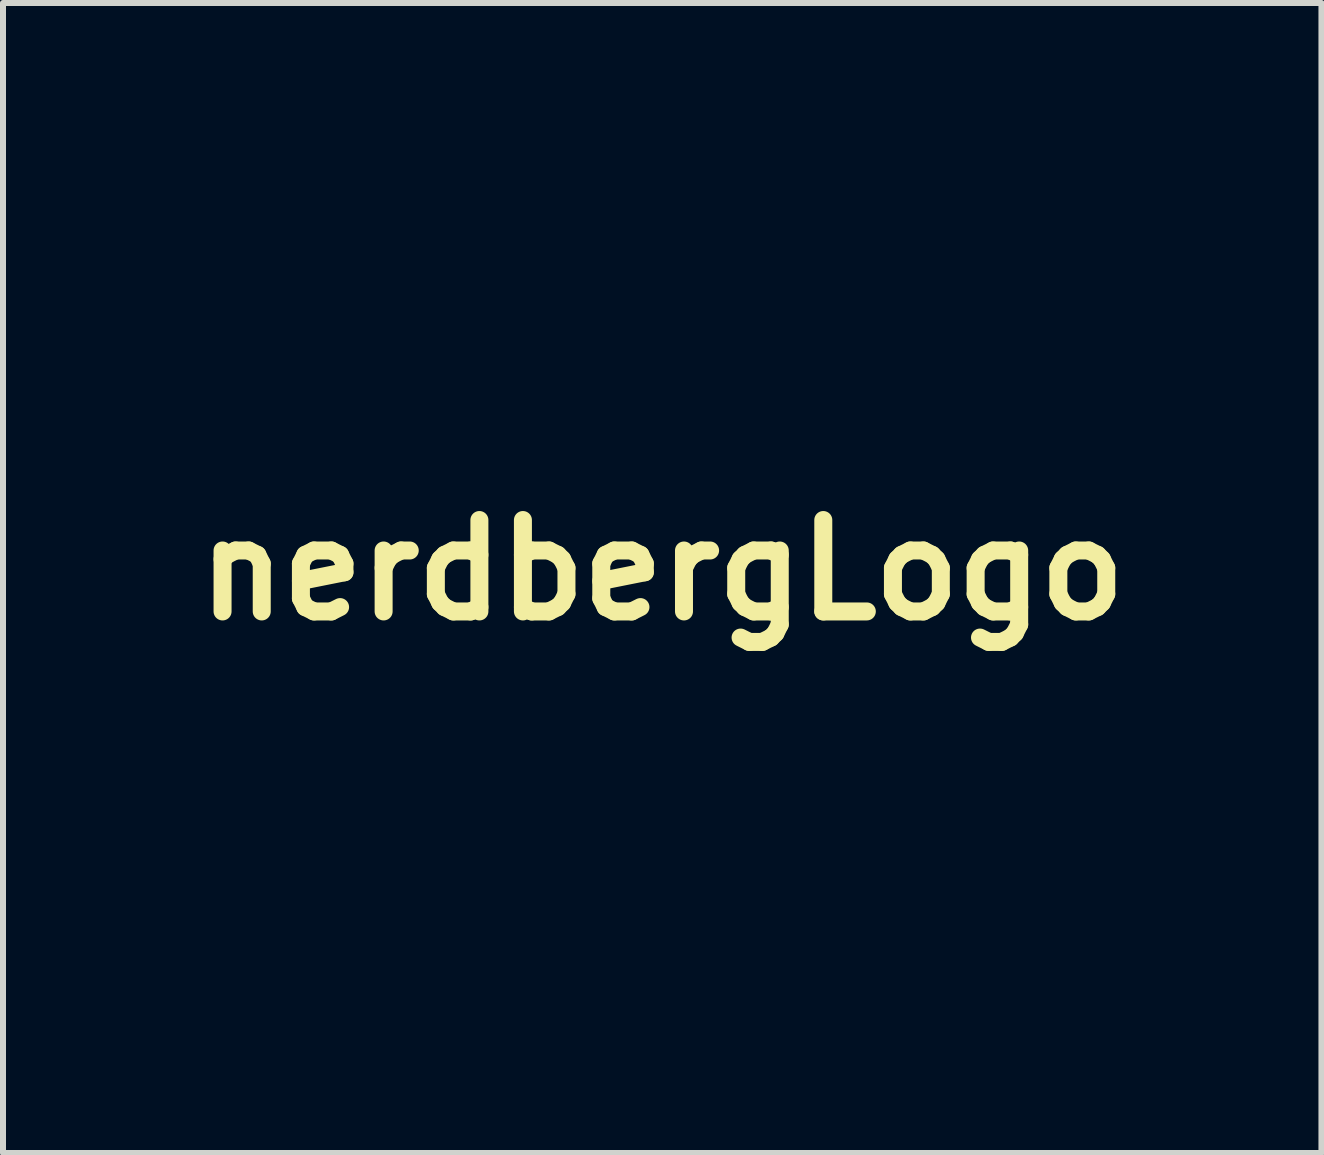
<source format=kicad_pcb>
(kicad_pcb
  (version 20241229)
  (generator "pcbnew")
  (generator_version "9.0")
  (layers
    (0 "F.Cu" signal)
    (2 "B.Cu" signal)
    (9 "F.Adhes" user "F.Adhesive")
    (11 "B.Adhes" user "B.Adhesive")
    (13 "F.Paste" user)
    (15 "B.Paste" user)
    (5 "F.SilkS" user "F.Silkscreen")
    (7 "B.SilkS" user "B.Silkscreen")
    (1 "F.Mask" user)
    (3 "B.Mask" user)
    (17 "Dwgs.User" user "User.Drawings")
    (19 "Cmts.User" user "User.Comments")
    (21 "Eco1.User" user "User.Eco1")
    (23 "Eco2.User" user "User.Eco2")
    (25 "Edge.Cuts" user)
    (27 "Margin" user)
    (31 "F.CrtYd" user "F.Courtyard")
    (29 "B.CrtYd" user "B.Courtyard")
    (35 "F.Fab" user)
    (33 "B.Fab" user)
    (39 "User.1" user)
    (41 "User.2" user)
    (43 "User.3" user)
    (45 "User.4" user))
  (footprint "nerdbergLogo"
    (layer "F.Cu")
    (at 7.99 6.454)
    (property "Reference" "nerdbergLogo" (at 0 0 0) (layer "F.SilkS") (effects (font (size 1.524 1.524) (thickness 0.3))))
    (attr through_hole)
    (fp_poly (pts (xy 0.778 -6.427) (xy 1.182 -6.38) (xy 1.219 -6.375) (xy 1.616 -6.301) (xy 2.007 -6.203) (xy 2.39 -6.081) (xy 2.765 -5.937) (xy 3.13 -5.769) (xy 3.485 -5.581) (xy 3.827 -5.371) (xy 4.156 -5.14) (xy 4.47 -4.889) (xy 4.769 -4.62) (xy 4.918 -4.471) (xy 5.198 -4.166) (xy 5.457 -3.848) (xy 5.693 -3.517) (xy 5.908 -3.174) (xy 6.1 -2.819) (xy 6.269 -2.452) (xy 6.416 -2.075) (xy 6.54 -1.687) (xy 6.641 -1.289) (xy 6.718 -0.881) (xy 6.765 -0.533) (xy 6.774 -0.434) (xy 6.781 -0.314) (xy 6.785 -0.179) (xy 6.788 -0.033) (xy 6.79 0.118) (xy 6.789 0.27) (xy 6.786 0.417) (xy 6.782 0.554) (xy 6.775 0.678) (xy 6.767 0.782) (xy 6.765 0.8) (xy 6.708 1.214) (xy 6.627 1.616) (xy 6.524 2.009) (xy 6.398 2.391) (xy 6.248 2.765) (xy 6.109 3.063) (xy 6.073 3.133) (xy 6.039 3.2) (xy 6.009 3.259) (xy 5.985 3.304) (xy 5.973 3.325) (xy 5.82 3.584) (xy 5.667 3.822) (xy 5.511 4.045) (xy 5.346 4.258) (xy 5.171 4.464) (xy 4.981 4.67) (xy 4.865 4.788) (xy 4.598 5.042) (xy 4.328 5.274) (xy 4.051 5.486) (xy 3.762 5.681) (xy 3.458 5.862) (xy 3.135 6.032) (xy 3.08 6.059) (xy 2.746 6.21) (xy 2.411 6.341) (xy 2.072 6.451) (xy 1.725 6.543) (xy 1.366 6.616) (xy 0.992 6.672) (xy 0.864 6.687) (xy 0.787 6.693) (xy 0.69 6.699) (xy 0.577 6.704) (xy 0.454 6.708) (xy 0.326 6.711) (xy 0.198 6.713) (xy 0.074 6.713) (xy -0.04 6.712) (xy -0.139 6.71) (xy -0.218 6.706) (xy -0.222 6.705) (xy -0.634 6.663) (xy -1.04 6.596) (xy -1.439 6.505) (xy -1.829 6.39) (xy -2.21 6.252) (xy -2.582 6.092) (xy -2.944 5.909) (xy -3.293 5.703) (xy -3.631 5.476) (xy -3.956 5.227) (xy -4.064 5.137) (xy -4.141 5.068) (xy -4.231 4.985) (xy -4.328 4.892) (xy -4.429 4.792) (xy -4.529 4.69) (xy -4.624 4.591) (xy -4.711 4.498) (xy -4.784 4.415) (xy -4.812 4.382) (xy -5.069 4.056) (xy -5.302 3.721) (xy -5.512 3.378) (xy -5.699 3.024) (xy -5.863 2.661) (xy -6.004 2.286) (xy -6.123 1.9) (xy -6.22 1.502) (xy -6.295 1.091) (xy -6.333 0.806) (xy -6.341 0.721) (xy -6.347 0.616) (xy -6.352 0.493) (xy -6.355 0.36) (xy -6.357 0.218) (xy -6.357 0.146) (xy -6.127 0.146) (xy -6.125 0.352) (xy -6.118 0.54) (xy -6.107 0.715) (xy -6.091 0.884) (xy -6.068 1.052) (xy -6.039 1.228) (xy -6.006 1.396) (xy -5.915 1.782) (xy -5.8 2.162) (xy -5.661 2.535) (xy -5.499 2.898) (xy -5.315 3.251) (xy -5.11 3.591) (xy -4.887 3.913) (xy -4.691 4.163) (xy -4.473 4.411) (xy -4.241 4.653) (xy -3.997 4.882) (xy -3.748 5.094) (xy -3.592 5.216) (xy -3.289 5.429) (xy -2.968 5.627) (xy -2.633 5.807) (xy -2.289 5.968) (xy -1.938 6.108) (xy -1.771 6.166) (xy -1.405 6.275) (xy -1.03 6.362) (xy -0.65 6.426) (xy -0.267 6.467) (xy 0.114 6.485) (xy 0.491 6.479) (xy 0.533 6.477) (xy 0.942 6.442) (xy 1.343 6.383) (xy 1.735 6.3) (xy 2.12 6.193) (xy 2.495 6.062) (xy 2.862 5.907) (xy 3.22 5.729) (xy 3.568 5.527) (xy 3.632 5.487) (xy 3.961 5.262) (xy 4.274 5.018) (xy 4.571 4.755) (xy 4.85 4.474) (xy 5.112 4.176) (xy 5.355 3.862) (xy 5.578 3.532) (xy 5.781 3.188) (xy 5.963 2.831) (xy 5.973 2.81) (xy 6.129 2.446) (xy 6.261 2.075) (xy 6.369 1.698) (xy 6.453 1.316) (xy 6.514 0.93) (xy 6.551 0.542) (xy 6.564 0.153) (xy 6.553 -0.236) (xy 6.518 -0.624) (xy 6.46 -1.01) (xy 6.379 -1.391) (xy 6.273 -1.768) (xy 6.145 -2.139) (xy 5.992 -2.502) (xy 5.817 -2.857) (xy 5.808 -2.874) (xy 5.654 -3.145) (xy 5.494 -3.399) (xy 5.325 -3.64) (xy 5.142 -3.873) (xy 4.942 -4.102) (xy 4.722 -4.334) (xy 4.687 -4.369) (xy 4.494 -4.555) (xy 4.307 -4.723) (xy 4.119 -4.877) (xy 3.925 -5.023) (xy 3.718 -5.164) (xy 3.632 -5.22) (xy 3.287 -5.425) (xy 2.932 -5.607) (xy 2.568 -5.766) (xy 2.196 -5.901) (xy 1.818 -6.013) (xy 1.434 -6.1) (xy 1.045 -6.164) (xy 0.652 -6.203) (xy 0.257 -6.218) (xy -0.139 -6.208) (xy -0.536 -6.173) (xy -0.933 -6.113) (xy -1.057 -6.089) (xy -1.434 -6) (xy -1.807 -5.886) (xy -2.175 -5.749) (xy -2.535 -5.589) (xy -2.884 -5.408) (xy -3.222 -5.206) (xy -3.312 -5.147) (xy -3.605 -4.938) (xy -3.891 -4.708) (xy -4.167 -4.458) (xy -4.429 -4.194) (xy -4.675 -3.916) (xy -4.884 -3.651) (xy -5.107 -3.331) (xy -5.31 -2.995) (xy -5.492 -2.647) (xy -5.653 -2.287) (xy -5.792 -1.918) (xy -5.908 -1.541) (xy -6 -1.158) (xy -6.069 -0.771) (xy -6.069 -0.768) (xy -6.086 -0.646) (xy -6.099 -0.534) (xy -6.11 -0.429) (xy -6.117 -0.325) (xy -6.122 -0.215) (xy -6.125 -0.096) (xy -6.127 0.04) (xy -6.127 0.146) (xy -6.357 0.146) (xy -6.357 0.075) (xy -6.356 -0.067) (xy -6.353 -0.203) (xy -6.348 -0.328) (xy -6.342 -0.437) (xy -6.335 -0.526) (xy -6.333 -0.54) (xy -6.273 -0.959) (xy -6.191 -1.366) (xy -6.087 -1.76) (xy -5.961 -2.142) (xy -5.812 -2.513) (xy -5.641 -2.873) (xy -5.447 -3.223) (xy -5.23 -3.563) (xy -4.989 -3.895) (xy -4.812 -4.116) (xy -4.746 -4.192) (xy -4.665 -4.28) (xy -4.574 -4.377) (xy -4.475 -4.479) (xy -4.374 -4.58) (xy -4.275 -4.676) (xy -4.181 -4.765) (xy -4.098 -4.84) (xy -4.064 -4.87) (xy -3.746 -5.125) (xy -3.415 -5.358) (xy -3.072 -5.57) (xy -2.718 -5.759) (xy -2.354 -5.927) (xy -1.982 -6.072) (xy -1.602 -6.194) (xy -1.215 -6.292) (xy -0.823 -6.368) (xy -0.427 -6.419) (xy -0.027 -6.446) (xy 0.375 -6.449) (xy 0.778 -6.427)) (stroke (width 0.01) (type solid)) (fill no) (layer "Eco2.User"))
    (fp_poly (pts (xy 2.772 -5.596) (xy 2.802 -5.588) (xy 2.82 -5.576) (xy 2.83 -5.554) (xy 2.836 -5.515) (xy 2.838 -5.493) (xy 2.845 -5.436) (xy 2.853 -5.372) (xy 2.859 -5.334) (xy 2.864 -5.299) (xy 2.866 -5.264) (xy 2.864 -5.225) (xy 2.859 -5.177) (xy 2.849 -5.112) (xy 2.839 -5.055) (xy 2.819 -4.943) (xy 2.803 -4.854) (xy 2.788 -4.785) (xy 2.775 -4.732) (xy 2.763 -4.695) (xy 2.751 -4.669) (xy 2.743 -4.657) (xy 2.733 -4.637) (xy 2.721 -4.598) (xy 2.706 -4.54) (xy 2.689 -4.46) (xy 2.668 -4.357) (xy 2.655 -4.29) (xy 2.638 -4.198) (xy 2.622 -4.111) (xy 2.609 -4.034) (xy 2.598 -3.97) (xy 2.591 -3.923) (xy 2.588 -3.899) (xy 2.584 -3.844) (xy 2.654 -3.817) (xy 2.724 -3.789) (xy 2.724 -3.733) (xy 2.722 -3.698) (xy 2.716 -3.646) (xy 2.709 -3.582) (xy 2.699 -3.518) (xy 2.691 -3.454) (xy 2.685 -3.397) (xy 2.683 -3.352) (xy 2.684 -3.325) (xy 2.684 -3.325) (xy 2.701 -3.295) (xy 2.735 -3.263) (xy 2.746 -3.254) (xy 2.779 -3.23) (xy 2.795 -3.209) (xy 2.799 -3.182) (xy 2.799 -3.173) (xy 2.791 -3.134) (xy 2.768 -3.081) (xy 2.744 -3.037) (xy 2.691 -2.946) (xy 2.578 -2.276) (xy 2.545 -2.081) (xy 2.512 -1.889) (xy 2.48 -1.702) (xy 2.448 -1.522) (xy 2.417 -1.35) (xy 2.388 -1.188) (xy 2.361 -1.037) (xy 2.336 -0.9) (xy 2.313 -0.778) (xy 2.292 -0.672) (xy 2.275 -0.584) (xy 2.26 -0.516) (xy 2.25 -0.47) (xy 2.243 -0.447) (xy 2.242 -0.445) (xy 2.226 -0.436) (xy 2.196 -0.427) (xy 2.191 -0.426) (xy 2.162 -0.42) (xy 2.147 -0.414) (xy 2.146 -0.414) (xy 2.144 -0.401) (xy 2.138 -0.365) (xy 2.129 -0.307) (xy 2.116 -0.23) (xy 2.101 -0.136) (xy 2.083 -0.027) (xy 2.063 0.096) (xy 2.04 0.231) (xy 2.017 0.375) (xy 1.992 0.528) (xy 1.965 0.685) (xy 1.939 0.847) (xy 1.912 1.011) (xy 1.884 1.175) (xy 1.858 1.337) (xy 1.831 1.495) (xy 1.806 1.648) (xy 1.782 1.793) (xy 1.76 1.928) (xy 1.739 2.052) (xy 1.734 2.083) (xy 1.703 2.27) (xy 1.675 2.434) (xy 1.651 2.578) (xy 1.629 2.705) (xy 1.609 2.817) (xy 1.591 2.916) (xy 1.575 3.005) (xy 1.559 3.086) (xy 1.543 3.163) (xy 1.527 3.236) (xy 1.511 3.31) (xy 1.494 3.386) (xy 1.479 3.448) (xy 1.421 3.701) (xy 1.367 3.945) (xy 1.318 4.176) (xy 1.274 4.393) (xy 1.235 4.593) (xy 1.203 4.774) (xy 1.178 4.933) (xy 1.177 4.943) (xy 1.165 5.016) (xy 1.153 5.082) (xy 1.141 5.137) (xy 1.131 5.175) (xy 1.126 5.188) (xy 1.112 5.218) (xy 1.091 5.262) (xy 1.067 5.313) (xy 1.062 5.324) (xy 1.018 5.413) (xy 0.973 5.485) (xy 0.919 5.552) (xy 0.875 5.599) (xy 0.778 5.683) (xy 0.669 5.754) (xy 0.556 5.809) (xy 0.522 5.821) (xy 0.477 5.835) (xy 0.436 5.845) (xy 0.392 5.852) (xy 0.338 5.856) (xy 0.269 5.86) (xy 0.218 5.861) (xy 0.123 5.863) (xy 0.048 5.862) (xy -0.011 5.857) (xy -0.057 5.85) (xy -0.057 5.85) (xy -0.179 5.815) (xy -0.292 5.769) (xy -0.391 5.715) (xy -0.475 5.655) (xy -0.54 5.59) (xy -0.583 5.523) (xy -0.584 5.521) (xy -0.622 5.423) (xy -0.653 5.308) (xy -0.68 5.176) (xy -0.702 5.025) (xy -0.72 4.852) (xy -0.733 4.657) (xy -0.738 4.549) (xy -0.742 4.451) (xy -0.744 4.353) (xy -0.745 4.253) (xy -0.745 4.148) (xy -0.744 4.037) (xy -0.741 3.917) (xy -0.737 3.786) (xy -0.731 3.641) (xy -0.723 3.481) (xy -0.714 3.303) (xy -0.703 3.105) (xy -0.69 2.884) (xy -0.686 2.807) (xy -0.671 2.543) (xy -0.658 2.303) (xy -0.647 2.087) (xy -0.64 1.891) (xy -0.634 1.716) (xy -0.631 1.559) (xy -0.631 1.421) (xy -0.634 1.298) (xy -0.639 1.191) (xy -0.648 1.097) (xy -0.659 1.016) (xy -0.673 0.945) (xy -0.69 0.885) (xy -0.71 0.834) (xy -0.733 0.789) (xy -0.759 0.751) (xy -0.773 0.734) (xy -0.853 0.662) (xy -0.947 0.608) (xy -1.051 0.574) (xy -1.161 0.561) (xy -1.273 0.569) (xy -1.315 0.578) (xy -1.409 0.607) (xy -1.486 0.642) (xy -1.551 0.686) (xy -1.605 0.743) (xy -1.652 0.815) (xy -1.693 0.905) (xy -1.733 1.017) (xy -1.744 1.054) (xy -1.756 1.095) (xy -1.768 1.135) (xy -1.778 1.177) (xy -1.788 1.221) (xy -1.798 1.269) (xy -1.808 1.323) (xy -1.818 1.383) (xy -1.829 1.451) (xy -1.84 1.53) (xy -1.851 1.619) (xy -1.864 1.721) (xy -1.877 1.837) (xy -1.892 1.968) (xy -1.908 2.117) (xy -1.926 2.283) (xy -1.946 2.47) (xy -1.968 2.678) (xy -1.992 2.908) (xy -2.013 3.111) (xy -2.044 3.414) (xy -2.073 3.693) (xy -2.1 3.948) (xy -2.124 4.18) (xy -2.146 4.39) (xy -2.166 4.579) (xy -2.184 4.748) (xy -2.2 4.898) (xy -2.214 5.029) (xy -2.226 5.142) (xy -2.237 5.238) (xy -2.246 5.318) (xy -2.254 5.383) (xy -2.259 5.423) (xy -2.283 5.607) (xy -2.284 5.485) (xy -2.284 5.402) (xy -2.282 5.296) (xy -2.277 5.171) (xy -2.27 5.028) (xy -2.262 4.869) (xy -2.252 4.696) (xy -2.24 4.51) (xy -2.227 4.314) (xy -2.213 4.11) (xy -2.198 3.899) (xy -2.181 3.684) (xy -2.165 3.466) (xy -2.147 3.248) (xy -2.129 3.03) (xy -2.111 2.816) (xy -2.093 2.607) (xy -2.074 2.405) (xy -2.056 2.212) (xy -2.039 2.03) (xy -2.022 1.861) (xy -2.005 1.707) (xy -1.989 1.569) (xy -1.975 1.45) (xy -1.961 1.351) (xy -1.949 1.274) (xy -1.943 1.245) (xy -1.898 1.062) (xy -1.844 0.901) (xy -1.782 0.762) (xy -1.712 0.645) (xy -1.634 0.552) (xy -1.549 0.482) (xy -1.535 0.474) (xy -1.448 0.431) (xy -1.355 0.406) (xy -1.25 0.396) (xy -1.175 0.398) (xy -1.025 0.415) (xy -0.893 0.451) (xy -0.779 0.504) (xy -0.683 0.575) (xy -0.605 0.663) (xy -0.546 0.769) (xy -0.506 0.891) (xy -0.501 0.913) (xy -0.486 1.004) (xy -0.476 1.117) (xy -0.469 1.251) (xy -0.467 1.408) (xy -0.469 1.587) (xy -0.474 1.79) (xy -0.485 2.016) (xy -0.499 2.267) (xy -0.507 2.394) (xy -0.527 2.703) (xy -0.543 2.991) (xy -0.557 3.26) (xy -0.568 3.513) (xy -0.576 3.755) (xy -0.581 3.987) (xy -0.584 4.214) (xy -0.584 4.359) (xy -0.584 4.489) (xy -0.583 4.597) (xy -0.582 4.688) (xy -0.579 4.765) (xy -0.576 4.831) (xy -0.572 4.892) (xy -0.566 4.95) (xy -0.559 5.006) (xy -0.542 5.126) (xy -0.524 5.224) (xy -0.502 5.305) (xy -0.475 5.374) (xy -0.441 5.434) (xy -0.4 5.491) (xy -0.348 5.548) (xy -0.338 5.557) (xy -0.285 5.606) (xy -0.234 5.643) (xy -0.179 5.67) (xy -0.116 5.689) (xy -0.037 5.703) (xy 0.06 5.714) (xy 0.072 5.715) (xy 0.219 5.72) (xy 0.346 5.712) (xy 0.455 5.689) (xy 0.477 5.682) (xy 0.585 5.638) (xy 0.692 5.581) (xy 0.79 5.515) (xy 0.873 5.444) (xy 0.908 5.407) (xy 0.95 5.355) (xy 0.988 5.302) (xy 1.018 5.254) (xy 1.036 5.216) (xy 1.041 5.197) (xy 1.037 5.178) (xy 1.022 5.166) (xy 0.991 5.157) (xy 0.94 5.149) (xy 0.925 5.148) (xy 0.883 5.144) (xy 0.861 5.146) (xy 0.852 5.153) (xy 0.851 5.161) (xy 0.846 5.182) (xy 0.831 5.219) (xy 0.811 5.265) (xy 0.803 5.281) (xy 0.738 5.388) (xy 0.657 5.477) (xy 0.56 5.545) (xy 0.449 5.593) (xy 0.324 5.62) (xy 0.216 5.626) (xy 0.087 5.616) (xy -0.034 5.587) (xy -0.142 5.542) (xy -0.237 5.48) (xy -0.313 5.404) (xy -0.36 5.335) (xy -0.383 5.289) (xy -0.402 5.24) (xy -0.419 5.184) (xy -0.434 5.121) (xy -0.445 5.048) (xy -0.455 4.963) (xy -0.462 4.864) (xy -0.468 4.75) (xy -0.472 4.618) (xy -0.474 4.466) (xy -0.475 4.292) (xy -0.475 4.134) (xy -0.475 4.026) (xy -0.475 3.929) (xy -0.474 3.842) (xy -0.474 3.761) (xy -0.473 3.686) (xy -0.471 3.613) (xy -0.469 3.539) (xy -0.466 3.464) (xy -0.463 3.384) (xy -0.459 3.297) (xy -0.454 3.201) (xy -0.447 3.093) (xy -0.44 2.971) (xy -0.431 2.833) (xy -0.421 2.677) (xy -0.41 2.5) (xy -0.398 2.311) (xy -0.391 2.187) (xy -0.385 2.043) (xy -0.381 1.886) (xy -0.377 1.721) (xy -0.376 1.554) (xy -0.376 1.518) (xy -0.375 1.394) (xy -0.376 1.294) (xy -0.376 1.212) (xy -0.377 1.146) (xy -0.379 1.093) (xy -0.382 1.05) (xy -0.386 1.013) (xy -0.391 0.98) (xy -0.397 0.948) (xy -0.403 0.921) (xy -0.439 0.792) (xy -0.488 0.683) (xy -0.551 0.59) (xy -0.633 0.51) (xy -0.735 0.439) (xy -0.817 0.394) (xy -0.903 0.355) (xy -0.976 0.328) (xy -1.044 0.313) (xy -1.116 0.307) (xy -1.2 0.308) (xy -1.213 0.309) (xy -1.357 0.327) (xy -1.484 0.361) (xy -1.595 0.414) (xy -1.692 0.487) (xy -1.778 0.58) (xy -1.854 0.695) (xy -1.863 0.711) (xy -1.88 0.744) (xy -1.896 0.774) (xy -1.911 0.803) (xy -1.924 0.832) (xy -1.937 0.864) (xy -1.949 0.899) (xy -1.96 0.938) (xy -1.971 0.983) (xy -1.982 1.036) (xy -1.993 1.097) (xy -2.004 1.168) (xy -2.016 1.251) (xy -2.029 1.347) (xy -2.042 1.457) (xy -2.057 1.583) (xy -2.074 1.726) (xy -2.092 1.887) (xy -2.112 2.068) (xy -2.134 2.27) (xy -2.159 2.495) (xy -2.185 2.731) (xy -2.205 2.919) (xy -2.226 3.109) (xy -2.248 3.299) (xy -2.269 3.487) (xy -2.29 3.67) (xy -2.31 3.847) (xy -2.33 4.015) (xy -2.348 4.172) (xy -2.365 4.315) (xy -2.381 4.443) (xy -2.394 4.553) (xy -2.406 4.644) (xy -2.415 4.712) (xy -2.418 4.731) (xy -2.435 4.845) (xy -2.429 4.68) (xy -2.426 4.617) (xy -2.421 4.532) (xy -2.414 4.425) (xy -2.405 4.299) (xy -2.394 4.157) (xy -2.381 4) (xy -2.367 3.831) (xy -2.352 3.651) (xy -2.336 3.463) (xy -2.319 3.269) (xy -2.302 3.071) (xy -2.284 2.871) (xy -2.266 2.672) (xy -2.247 2.475) (xy -2.229 2.282) (xy -2.212 2.096) (xy -2.194 1.92) (xy -2.178 1.754) (xy -2.162 1.601) (xy -2.148 1.463) (xy -2.134 1.343) (xy -2.127 1.275) (xy -2.11 1.143) (xy -2.093 1.034) (xy -2.075 0.942) (xy -2.055 0.863) (xy -2.031 0.795) (xy -2.003 0.733) (xy -1.969 0.672) (xy -1.942 0.631) (xy -1.843 0.504) (xy -1.732 0.399) (xy -1.609 0.316) (xy -1.475 0.255) (xy -1.332 0.218) (xy -1.18 0.204) (xy -1.168 0.204) (xy -1.016 0.216) (xy -0.872 0.252) (xy -0.738 0.31) (xy -0.615 0.391) (xy -0.505 0.492) (xy -0.409 0.614) (xy -0.405 0.62) (xy -0.372 0.674) (xy -0.343 0.726) (xy -0.321 0.78) (xy -0.302 0.837) (xy -0.289 0.902) (xy -0.279 0.976) (xy -0.272 1.062) (xy -0.269 1.164) (xy -0.268 1.285) (xy -0.27 1.426) (xy -0.271 1.511) (xy -0.278 1.777) (xy -0.289 2.058) (xy -0.304 2.355) (xy -0.323 2.673) (xy -0.336 2.87) (xy -0.351 3.102) (xy -0.362 3.333) (xy -0.371 3.561) (xy -0.377 3.784) (xy -0.38 4) (xy -0.38 4.207) (xy -0.377 4.403) (xy -0.372 4.587) (xy -0.364 4.755) (xy -0.353 4.907) (xy -0.34 5.04) (xy -0.324 5.153) (xy -0.305 5.243) (xy -0.299 5.266) (xy -0.267 5.331) (xy -0.211 5.393) (xy -0.131 5.453) (xy -0.041 5.502) (xy 0.068 5.556) (xy 0.387 5.556) (xy 0.482 5.506) (xy 0.567 5.452) (xy 0.644 5.388) (xy 0.709 5.317) (xy 0.754 5.248) (xy 0.774 5.2) (xy 0.788 5.144) (xy 0.798 5.073) (xy 0.8 5.058) (xy 0.802 5.039) (xy 0.96 5.039) (xy 0.963 5.065) (xy 0.973 5.082) (xy 0.987 5.093) (xy 1.008 5.101) (xy 1.021 5.104) (xy 1.06 5.114) (xy 1.09 5.117) (xy 1.105 5.114) (xy 1.105 5.113) (xy 1.107 5.094) (xy 1.113 5.053) (xy 1.122 4.996) (xy 1.133 4.926) (xy 1.146 4.847) (xy 1.16 4.763) (xy 1.175 4.678) (xy 1.189 4.597) (xy 1.202 4.522) (xy 1.214 4.459) (xy 1.214 4.458) (xy 1.233 4.36) (xy 1.255 4.249) (xy 1.28 4.129) (xy 1.307 4.003) (xy 1.335 3.874) (xy 1.363 3.746) (xy 1.391 3.621) (xy 1.418 3.503) (xy 1.443 3.396) (xy 1.465 3.301) (xy 1.485 3.224) (xy 1.5 3.166) (xy 1.506 3.146) (xy 1.508 3.132) (xy 1.497 3.126) (xy 1.47 3.126) (xy 1.447 3.127) (xy 1.382 3.131) (xy 1.326 3.305) (xy 1.274 3.48) (xy 1.224 3.669) (xy 1.174 3.875) (xy 1.124 4.101) (xy 1.075 4.347) (xy 1.025 4.615) (xy 0.996 4.778) (xy 0.98 4.873) (xy 0.968 4.946) (xy 0.962 5) (xy 0.96 5.039) (xy 0.802 5.039) (xy 0.804 5.014) (xy 0.811 4.95) (xy 0.821 4.869) (xy 0.831 4.775) (xy 0.843 4.672) (xy 0.856 4.565) (xy 0.863 4.508) (xy 0.877 4.384) (xy 0.893 4.243) (xy 0.91 4.091) (xy 0.927 3.937) (xy 0.942 3.789) (xy 0.956 3.653) (xy 0.959 3.626) (xy 0.971 3.509) (xy 0.983 3.389) (xy 0.996 3.272) (xy 1.009 3.162) (xy 1.021 3.064) (xy 1.026 3.025) (xy 1.358 3.025) (xy 1.364 3.051) (xy 1.378 3.066) (xy 1.402 3.072) (xy 1.436 3.073) (xy 1.45 3.073) (xy 1.49 3.071) (xy 1.511 3.063) (xy 1.524 3.046) (xy 1.524 3.045) (xy 1.528 3.028) (xy 1.536 2.988) (xy 1.547 2.927) (xy 1.561 2.845) (xy 1.578 2.745) (xy 1.598 2.629) (xy 1.62 2.499) (xy 1.644 2.355) (xy 1.67 2.2) (xy 1.698 2.035) (xy 1.726 1.863) (xy 1.756 1.685) (xy 1.786 1.503) (xy 1.816 1.317) (xy 1.846 1.132) (xy 1.876 0.947) (xy 1.906 0.764) (xy 1.935 0.586) (xy 1.963 0.414) (xy 1.989 0.25) (xy 2.013 0.096) (xy 2.036 -0.048) (xy 2.056 -0.178) (xy 2.068 -0.254) (xy 2.078 -0.324) (xy 2.084 -0.373) (xy 2.083 -0.404) (xy 2.077 -0.422) (xy 2.063 -0.43) (xy 2.042 -0.432) (xy 2.041 -0.432) (xy 2.028 -0.428) (xy 2.016 -0.416) (xy 2.003 -0.392) (xy 1.989 -0.355) (xy 1.973 -0.301) (xy 1.954 -0.229) (xy 1.931 -0.135) (xy 1.917 -0.077) (xy 1.888 0.052) (xy 1.856 0.202) (xy 1.821 0.373) (xy 1.783 0.561) (xy 1.743 0.765) (xy 1.702 0.98) (xy 1.661 1.205) (xy 1.618 1.438) (xy 1.576 1.675) (xy 1.534 1.915) (xy 1.492 2.154) (xy 1.453 2.39) (xy 1.415 2.62) (xy 1.379 2.843) (xy 1.379 2.845) (xy 1.366 2.926) (xy 1.359 2.985) (xy 1.358 3.025) (xy 1.026 3.025) (xy 1.031 2.984) (xy 1.036 2.946) (xy 1.042 2.911) (xy 1.051 2.852) (xy 1.064 2.772) (xy 1.08 2.673) (xy 1.099 2.556) (xy 1.121 2.424) (xy 1.145 2.278) (xy 1.171 2.121) (xy 1.198 1.954) (xy 1.227 1.78) (xy 1.257 1.6) (xy 1.288 1.415) (xy 1.319 1.229) (xy 1.35 1.043) (xy 1.38 0.859) (xy 1.411 0.678) (xy 1.44 0.503) (xy 1.468 0.336) (xy 1.494 0.179) (xy 1.519 0.033) (xy 1.541 -0.099) (xy 1.561 -0.217) (xy 1.578 -0.316) (xy 1.58 -0.324) (xy 1.59 -0.388) (xy 1.598 -0.444) (xy 1.603 -0.486) (xy 1.605 -0.509) (xy 1.604 -0.512) (xy 1.588 -0.524) (xy 1.567 -0.534) (xy 1.544 -0.551) (xy 1.539 -0.563) (xy 1.702 -0.563) (xy 1.706 -0.552) (xy 1.713 -0.547) (xy 1.733 -0.541) (xy 1.772 -0.532) (xy 1.826 -0.522) (xy 1.89 -0.511) (xy 1.905 -0.509) (xy 1.969 -0.498) (xy 2.026 -0.489) (xy 2.069 -0.482) (xy 2.093 -0.478) (xy 2.095 -0.477) (xy 2.121 -0.474) (xy 2.157 -0.472) (xy 2.16 -0.471) (xy 2.206 -0.47) (xy 2.266 -0.777) (xy 2.281 -0.858) (xy 2.299 -0.955) (xy 2.32 -1.066) (xy 2.342 -1.189) (xy 2.366 -1.322) (xy 2.391 -1.462) (xy 2.416 -1.607) (xy 2.442 -1.755) (xy 2.468 -1.904) (xy 2.494 -2.051) (xy 2.519 -2.195) (xy 2.542 -2.332) (xy 2.564 -2.462) (xy 2.584 -2.58) (xy 2.602 -2.687) (xy 2.617 -2.778) (xy 2.628 -2.852) (xy 2.637 -2.907) (xy 2.641 -2.94) (xy 2.642 -2.948) (xy 2.63 -2.957) (xy 2.599 -2.97) (xy 2.553 -2.987) (xy 2.497 -3.004) (xy 2.436 -3.021) (xy 2.376 -3.037) (xy 2.321 -3.05) (xy 2.277 -3.058) (xy 2.251 -3.061) (xy 2.228 -3.054) (xy 2.223 -3.033) (xy 2.22 -3.006) (xy 2.212 -2.957) (xy 2.2 -2.887) (xy 2.183 -2.799) (xy 2.162 -2.695) (xy 2.139 -2.577) (xy 2.112 -2.447) (xy 2.083 -2.308) (xy 2.053 -2.161) (xy 2.02 -2.009) (xy 1.987 -1.853) (xy 1.954 -1.697) (xy 1.92 -1.542) (xy 1.886 -1.39) (xy 1.854 -1.244) (xy 1.823 -1.105) (xy 1.793 -0.977) (xy 1.766 -0.86) (xy 1.741 -0.757) (xy 1.735 -0.733) (xy 1.719 -0.663) (xy 1.708 -0.615) (xy 1.702 -0.582) (xy 1.702 -0.563) (xy 1.539 -0.563) (xy 1.537 -0.568) (xy 1.539 -0.604) (xy 1.545 -0.663) (xy 1.556 -0.748) (xy 1.571 -0.856) (xy 1.59 -0.988) (xy 1.613 -1.143) (xy 1.64 -1.321) (xy 1.671 -1.522) (xy 1.705 -1.745) (xy 1.744 -1.99) (xy 1.787 -2.257) (xy 1.79 -2.28) (xy 1.817 -2.444) (xy 1.839 -2.584) (xy 1.858 -2.704) (xy 1.874 -2.805) (xy 1.886 -2.889) (xy 1.896 -2.958) (xy 1.904 -3.014) (xy 1.909 -3.059) (xy 1.911 -3.083) (xy 2.412 -3.083) (xy 2.416 -3.079) (xy 2.49 -3.053) (xy 2.557 -3.032) (xy 2.611 -3.018) (xy 2.65 -3.01) (xy 2.668 -3.011) (xy 2.684 -3.027) (xy 2.707 -3.058) (xy 2.722 -3.084) (xy 2.745 -3.131) (xy 2.754 -3.164) (xy 2.748 -3.187) (xy 2.728 -3.206) (xy 2.726 -3.207) (xy 2.695 -3.222) (xy 2.649 -3.239) (xy 2.595 -3.255) (xy 2.544 -3.268) (xy 2.504 -3.276) (xy 2.492 -3.277) (xy 2.474 -3.273) (xy 2.465 -3.258) (xy 2.464 -3.228) (xy 2.452 -3.17) (xy 2.432 -3.132) (xy 2.413 -3.1) (xy 2.412 -3.083) (xy 1.911 -3.083) (xy 1.912 -3.095) (xy 1.913 -3.125) (xy 1.913 -3.149) (xy 1.912 -3.171) (xy 1.909 -3.192) (xy 1.907 -3.21) (xy 1.9 -3.28) (xy 1.903 -3.329) (xy 1.916 -3.361) (xy 1.94 -3.379) (xy 1.95 -3.383) (xy 1.987 -3.394) (xy 2.012 -3.404) (xy 2.108 -3.404) (xy 2.12 -3.396) (xy 2.148 -3.392) (xy 2.167 -3.391) (xy 2.201 -3.388) (xy 2.254 -3.381) (xy 2.319 -3.37) (xy 2.389 -3.357) (xy 2.458 -3.344) (xy 2.519 -3.33) (xy 2.566 -3.318) (xy 2.572 -3.316) (xy 2.608 -3.306) (xy 2.624 -3.305) (xy 2.623 -3.313) (xy 2.618 -3.319) (xy 2.596 -3.334) (xy 2.555 -3.349) (xy 2.502 -3.364) (xy 2.439 -3.379) (xy 2.371 -3.392) (xy 2.303 -3.403) (xy 2.239 -3.411) (xy 2.183 -3.415) (xy 2.14 -3.415) (xy 2.114 -3.41) (xy 2.108 -3.404) (xy 2.012 -3.404) (xy 2.014 -3.405) (xy 2.035 -3.418) (xy 2.05 -3.439) (xy 2.063 -3.47) (xy 2.067 -3.486) (xy 2.124 -3.486) (xy 2.124 -3.472) (xy 2.124 -3.472) (xy 2.14 -3.467) (xy 2.175 -3.461) (xy 2.222 -3.455) (xy 2.275 -3.45) (xy 2.327 -3.445) (xy 2.373 -3.443) (xy 2.374 -3.443) (xy 2.456 -3.442) (xy 2.534 -3.521) (xy 2.59 -3.585) (xy 2.624 -3.642) (xy 2.633 -3.663) (xy 2.649 -3.714) (xy 2.653 -3.746) (xy 2.644 -3.767) (xy 2.619 -3.78) (xy 2.588 -3.79) (xy 2.527 -3.805) (xy 2.46 -3.819) (xy 2.39 -3.83) (xy 2.324 -3.838) (xy 2.264 -3.844) (xy 2.217 -3.845) (xy 2.188 -3.842) (xy 2.18 -3.838) (xy 2.175 -3.822) (xy 2.168 -3.787) (xy 2.16 -3.738) (xy 2.151 -3.681) (xy 2.142 -3.623) (xy 2.134 -3.567) (xy 2.128 -3.519) (xy 2.124 -3.486) (xy 2.067 -3.486) (xy 2.074 -3.515) (xy 2.086 -3.578) (xy 2.1 -3.661) (xy 2.102 -3.674) (xy 2.114 -3.741) (xy 2.125 -3.799) (xy 2.135 -3.844) (xy 2.142 -3.87) (xy 2.144 -3.875) (xy 2.16 -3.88) (xy 2.195 -3.884) (xy 2.241 -3.888) (xy 2.25 -3.888) (xy 2.298 -3.891) (xy 2.334 -3.895) (xy 2.354 -3.899) (xy 2.355 -3.9) (xy 2.361 -3.916) (xy 2.37 -3.954) (xy 2.374 -3.974) (xy 2.522 -3.974) (xy 2.522 -3.931) (xy 2.525 -3.912) (xy 2.53 -3.916) (xy 2.539 -3.944) (xy 2.551 -3.996) (xy 2.567 -4.072) (xy 2.585 -4.171) (xy 2.607 -4.294) (xy 2.622 -4.381) (xy 2.634 -4.452) (xy 2.644 -4.517) (xy 2.652 -4.571) (xy 2.656 -4.609) (xy 2.657 -4.616) (xy 2.658 -4.649) (xy 2.651 -4.665) (xy 2.632 -4.671) (xy 2.628 -4.671) (xy 2.595 -4.675) (xy 2.567 -4.443) (xy 2.552 -4.324) (xy 2.541 -4.215) (xy 2.532 -4.119) (xy 2.526 -4.038) (xy 2.522 -3.974) (xy 2.374 -3.974) (xy 2.381 -4.009) (xy 2.393 -4.078) (xy 2.407 -4.158) (xy 2.421 -4.244) (xy 2.435 -4.332) (xy 2.449 -4.42) (xy 2.461 -4.503) (xy 2.471 -4.577) (xy 2.478 -4.64) (xy 2.483 -4.686) (xy 2.484 -4.698) (xy 2.488 -4.761) (xy 2.53 -4.761) (xy 2.533 -4.746) (xy 2.539 -4.739) (xy 2.549 -4.736) (xy 2.556 -4.736) (xy 2.586 -4.732) (xy 2.626 -4.723) (xy 2.642 -4.719) (xy 2.678 -4.709) (xy 2.703 -4.702) (xy 2.709 -4.701) (xy 2.72 -4.71) (xy 2.731 -4.733) (xy 2.738 -4.756) (xy 2.747 -4.8) (xy 2.758 -4.859) (xy 2.771 -4.927) (xy 2.784 -4.999) (xy 2.796 -5.07) (xy 2.806 -5.136) (xy 2.814 -5.189) (xy 2.819 -5.227) (xy 2.819 -5.239) (xy 2.811 -5.267) (xy 2.785 -5.286) (xy 2.738 -5.299) (xy 2.693 -5.305) (xy 2.621 -5.312) (xy 2.574 -5.053) (xy 2.557 -4.956) (xy 2.544 -4.881) (xy 2.535 -4.826) (xy 2.53 -4.787) (xy 2.53 -4.761) (xy 2.488 -4.761) (xy 2.489 -4.77) (xy 2.499 -4.859) (xy 2.513 -4.959) (xy 2.529 -5.061) (xy 2.548 -5.159) (xy 2.566 -5.245) (xy 2.573 -5.276) (xy 2.589 -5.324) (xy 2.604 -5.357) (xy 2.675 -5.357) (xy 2.69 -5.351) (xy 2.722 -5.347) (xy 2.738 -5.347) (xy 2.795 -5.347) (xy 2.791 -5.442) (xy 2.788 -5.488) (xy 2.783 -5.522) (xy 2.776 -5.538) (xy 2.775 -5.539) (xy 2.763 -5.529) (xy 2.745 -5.503) (xy 2.723 -5.467) (xy 2.702 -5.428) (xy 2.685 -5.392) (xy 2.675 -5.366) (xy 2.675 -5.357) (xy 2.604 -5.357) (xy 2.609 -5.369) (xy 2.623 -5.39) (xy 2.643 -5.422) (xy 2.668 -5.467) (xy 2.692 -5.516) (xy 2.692 -5.517) (xy 2.712 -5.561) (xy 2.727 -5.586) (xy 2.74 -5.597) (xy 2.756 -5.598) (xy 2.772 -5.596)) (stroke (width 0.01) (type solid)) (fill no) (layer "Eco2.User")))
  (gr_rect
    (start -3 -3)
    (end 18.98 16.172)
    (stroke (width 0.1) (type default))
    (fill no)
    (layer "Edge.Cuts")))
</source>
